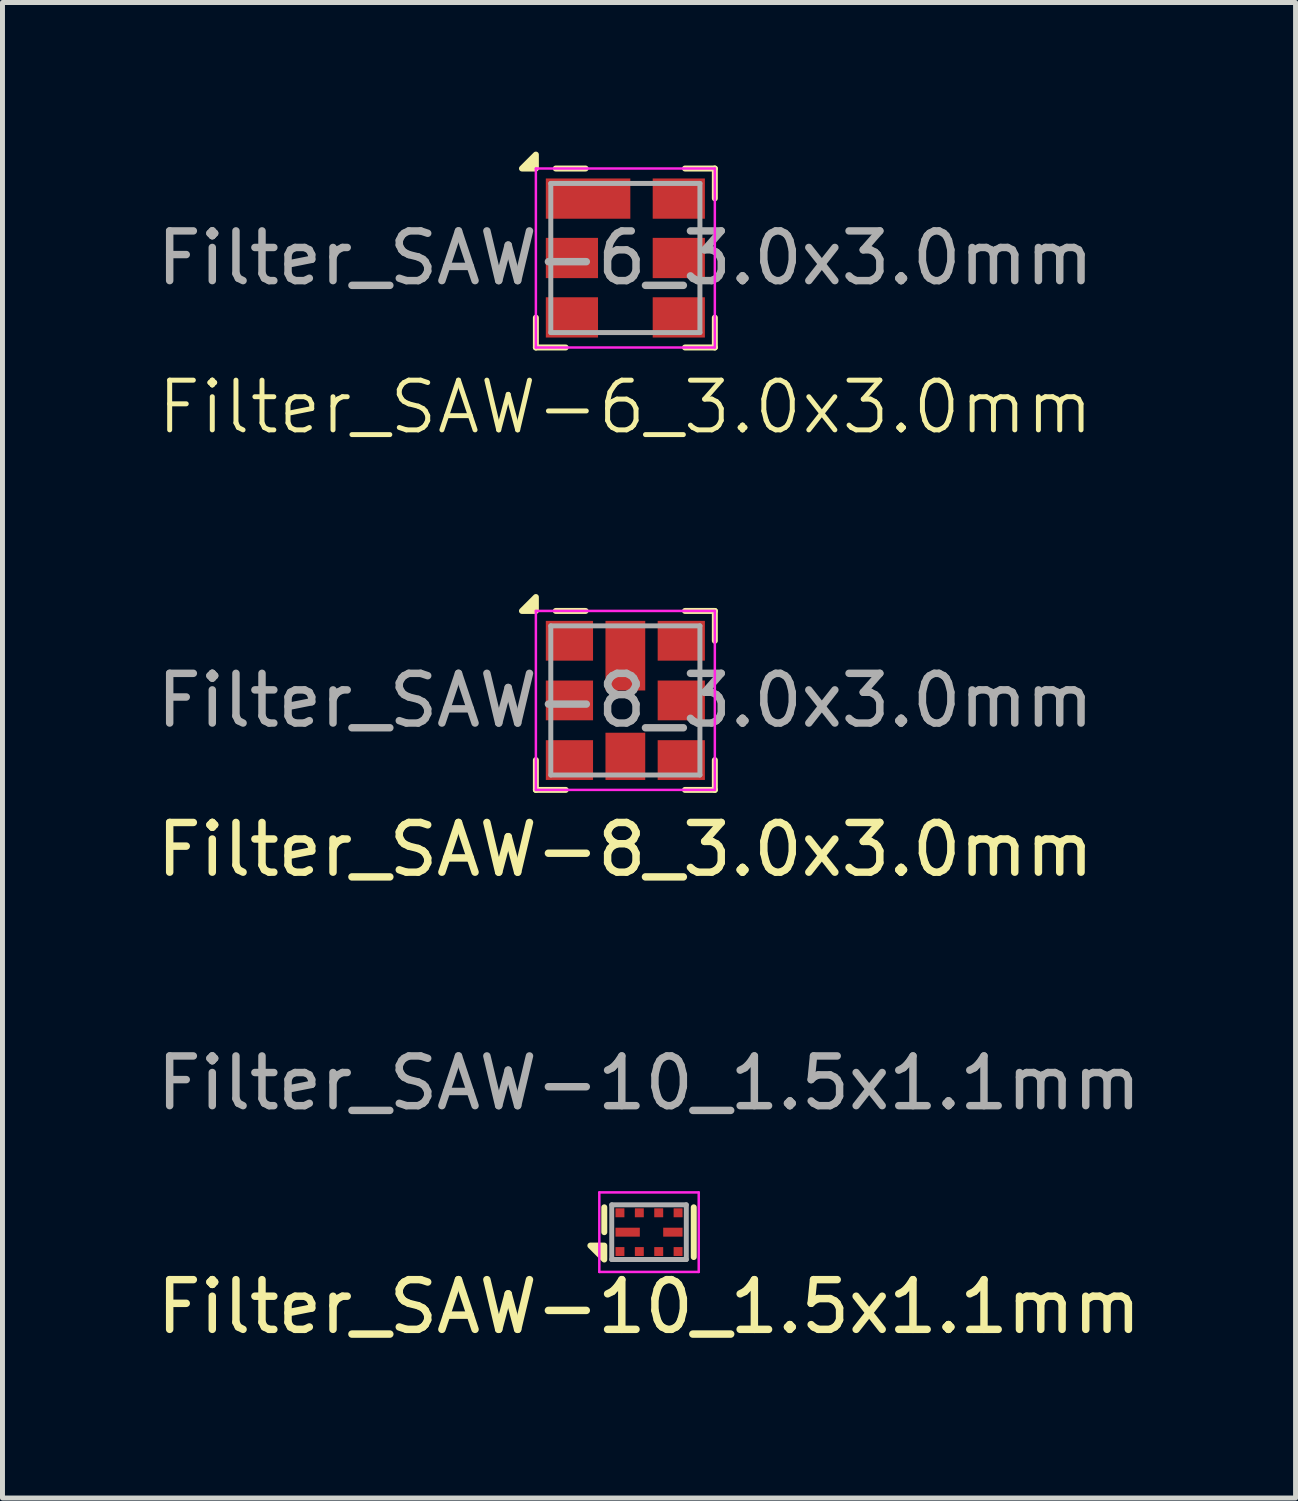
<source format=kicad_pcb>
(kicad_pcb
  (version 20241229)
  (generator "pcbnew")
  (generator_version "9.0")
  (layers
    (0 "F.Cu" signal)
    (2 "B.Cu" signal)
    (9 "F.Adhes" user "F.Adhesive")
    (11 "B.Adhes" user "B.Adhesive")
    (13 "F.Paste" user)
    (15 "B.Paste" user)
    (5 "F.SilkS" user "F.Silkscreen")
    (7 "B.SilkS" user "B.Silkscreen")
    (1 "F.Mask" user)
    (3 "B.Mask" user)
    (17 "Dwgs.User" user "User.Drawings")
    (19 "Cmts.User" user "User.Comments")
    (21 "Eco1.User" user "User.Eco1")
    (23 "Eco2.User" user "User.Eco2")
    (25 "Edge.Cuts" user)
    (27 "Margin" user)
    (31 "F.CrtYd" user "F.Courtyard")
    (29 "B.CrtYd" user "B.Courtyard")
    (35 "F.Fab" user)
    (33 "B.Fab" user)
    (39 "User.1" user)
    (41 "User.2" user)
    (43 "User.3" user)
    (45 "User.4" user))
  (footprint "Filter_SAW-10_1.5x1.1mm"
    (layer "F.Cu")
    (at 10.006 21.737)
    (property "Reference" "Filter_SAW-10_1.5x1.1mm" (at 0 1.5 0) (unlocked yes) (layer "F.SilkS") (effects (font (size 1 1) (thickness 0.15))))
    (attr smd)
    (fp_line (start -0.9 -0.5) (end -0.9 0) (stroke (width 0.12) (type solid)) (layer "F.SilkS"))
    (fp_line (start 0.9 -0.5) (end 0.9 0.5) (stroke (width 0.12) (type solid)) (layer "F.SilkS"))
    (fp_poly (pts (xy -0.9 0.27) (xy -0.9 0.55) (xy -1.18 0.27) (xy -0.9 0.27)) (stroke (width 0.12) (type solid)) (fill yes) (layer "F.SilkS"))
    (fp_line (start -1 -0.8) (end 1 -0.8) (stroke (width 0.05) (type solid)) (layer "F.CrtYd"))
    (fp_line (start -1 0.8) (end -1 -0.8) (stroke (width 0.05) (type solid)) (layer "F.CrtYd"))
    (fp_line (start -1 0.8) (end 1 0.8) (stroke (width 0.05) (type solid)) (layer "F.CrtYd"))
    (fp_line (start 1 0.8) (end 1 -0.8) (stroke (width 0.05) (type solid)) (layer "F.CrtYd"))
    (fp_line (start -0.75 -0.55) (end 0.75 -0.55) (stroke (width 0.1) (type solid)) (layer "F.Fab"))
    (fp_line (start -0.75 0.55) (end -0.75 -0.55) (stroke (width 0.1) (type solid)) (layer "F.Fab"))
    (fp_line (start -0.75 0.55) (end 0.75 0.55) (stroke (width 0.1) (type solid)) (layer "F.Fab"))
    (fp_line (start 0.75 0.55) (end 0.75 -0.55) (stroke (width 0.1) (type solid)) (layer "F.Fab"))
    (fp_text user "${REFERENCE}" (at 0 -3 0) (unlocked yes) (layer "F.Fab") (effects (font (size 1 1) (thickness 0.15))))
    (pad "1" smd rect (at -0.585 0.39) (size 0.18 0.18) (layers "F.Cu" "F.Mask" "F.Paste"))
    (pad "2" smd rect (at -0.195 0.39) (size 0.18 0.18) (layers "F.Cu" "F.Mask" "F.Paste"))
    (pad "3" smd rect (at 0.195 0.39) (size 0.18 0.18) (layers "F.Cu" "F.Mask" "F.Paste"))
    (pad "4" smd rect (at 0.585 0.39) (size 0.18 0.18) (layers "F.Cu" "F.Mask" "F.Paste"))
    (pad "5" smd rect (at 0.48 0) (size 0.39 0.18) (layers "F.Cu" "F.Mask" "F.Paste"))
    (pad "6" smd rect (at 0.585 -0.39) (size 0.18 0.18) (layers "F.Cu" "F.Mask" "F.Paste"))
    (pad "7" smd rect (at 0.195 -0.39) (size 0.18 0.18) (layers "F.Cu" "F.Mask" "F.Paste"))
    (pad "8" smd rect (at -0.195 -0.39) (size 0.18 0.18) (layers "F.Cu" "F.Mask" "F.Paste"))
    (pad "9" smd rect (at -0.585 -0.39) (size 0.18 0.18) (layers "F.Cu" "F.Mask" "F.Paste"))
    (pad "10" smd rect (at -0.43 0) (size 0.49 0.18) (layers "F.Cu" "F.Mask" "F.Paste")))
  (footprint "Filter_SAW-8_3.0x3.0mm"
    (layer "F.Cu")
    (at 9.53 11.04)
    (property "Reference" "Filter_SAW-8_3.0x3.0mm" (at 0 3 0) (unlocked yes) (layer "F.SilkS") (effects (font (size 1 1) (thickness 0.15))))
    (attr smd)
    (fp_line (start -1.8 1.8) (end -1.8 1.2) (stroke (width 0.12) (type solid)) (layer "F.SilkS"))
    (fp_line (start -1.8 1.8) (end -1.2 1.8) (stroke (width 0.12) (type solid)) (layer "F.SilkS"))
    (fp_line (start -0.8 -1.8) (end -1.4 -1.8) (stroke (width 0.12) (type solid)) (layer "F.SilkS"))
    (fp_line (start 1.8 -1.8) (end 1.2 -1.8) (stroke (width 0.12) (type solid)) (layer "F.SilkS"))
    (fp_line (start 1.8 -1.8) (end 1.8 -1.2) (stroke (width 0.12) (type solid)) (layer "F.SilkS"))
    (fp_line (start 1.8 1.8) (end 1.2 1.8) (stroke (width 0.12) (type solid)) (layer "F.SilkS"))
    (fp_line (start 1.8 1.8) (end 1.8 1.2) (stroke (width 0.12) (type solid)) (layer "F.SilkS"))
    (fp_poly (pts (xy -1.8 -1.8) (xy -2.08 -1.8) (xy -1.8 -2.08) (xy -1.8 -1.8)) (stroke (width 0.12) (type solid)) (fill yes) (layer "F.SilkS"))
    (fp_line (start -1.8 -1.8) (end 1.8 -1.8) (stroke (width 0.05) (type solid)) (layer "F.CrtYd"))
    (fp_line (start -1.8 1.8) (end -1.8 -1.8) (stroke (width 0.05) (type solid)) (layer "F.CrtYd"))
    (fp_line (start -1.8 1.8) (end 1.8 1.8) (stroke (width 0.05) (type solid)) (layer "F.CrtYd"))
    (fp_line (start 1.8 1.8) (end 1.8 -1.8) (stroke (width 0.05) (type solid)) (layer "F.CrtYd"))
    (fp_line (start -1.5 -1.5) (end 1.5 -1.5) (stroke (width 0.1) (type solid)) (layer "F.Fab"))
    (fp_line (start -1.5 1.5) (end -1.5 -1.5) (stroke (width 0.1) (type solid)) (layer "F.Fab"))
    (fp_line (start -1.5 1.5) (end 1.5 1.5) (stroke (width 0.1) (type solid)) (layer "F.Fab"))
    (fp_line (start 1.5 1.5) (end 1.5 -1.5) (stroke (width 0.1) (type solid)) (layer "F.Fab"))
    (fp_text user "${REFERENCE}" (at 0 0 0) (unlocked yes) (layer "F.Fab") (effects (font (size 1 1) (thickness 0.15))))
    (pad "1" smd rect (at -1.125 -1.2) (size 0.95 0.8) (layers "F.Cu" "F.Mask" "F.Paste"))
    (pad "2" smd rect (at -1.125 0) (size 0.95 0.8) (layers "F.Cu" "F.Mask" "F.Paste"))
    (pad "3" smd rect (at -1.125 1.2) (size 0.95 0.8) (layers "F.Cu" "F.Mask" "F.Paste"))
    (pad "4" smd rect (at 0 1.125 90) (size 0.95 0.8) (layers "F.Cu" "F.Mask" "F.Paste"))
    (pad "5" smd rect (at 1.125 1.2) (size 0.95 0.8) (layers "F.Cu" "F.Mask" "F.Paste"))
    (pad "6" smd rect (at 1.125 0) (size 0.95 0.8) (layers "F.Cu" "F.Mask" "F.Paste"))
    (pad "7" smd rect (at 1.125 -1.2) (size 0.95 0.8) (layers "F.Cu" "F.Mask" "F.Paste"))
    (pad "8" smd rect (at 0 -0.9 90) (size 1.4 0.8) (layers "F.Cu" "F.Mask" "F.Paste")))
  (footprint "Filter_SAW-6_3.0x3.0mm"
    (layer "F.Cu")
    (at 9.53 2.14)
    (property "Reference" "Filter_SAW-6_3.0x3.0mm" (at 0 3 0) (unlocked yes) (layer "F.SilkS") (effects (font (size 1 1) (thickness 0.1))))
    (attr smd)
    (fp_line (start -1.8 1.8) (end -1.8 1.2) (stroke (width 0.12) (type solid)) (layer "F.SilkS"))
    (fp_line (start -1.8 1.8) (end -1.2 1.8) (stroke (width 0.12) (type solid)) (layer "F.SilkS"))
    (fp_line (start -0.8 -1.8) (end -1.4 -1.8) (stroke (width 0.12) (type solid)) (layer "F.SilkS"))
    (fp_line (start 1.8 -1.8) (end 1.2 -1.8) (stroke (width 0.12) (type solid)) (layer "F.SilkS"))
    (fp_line (start 1.8 -1.8) (end 1.8 -1.2) (stroke (width 0.12) (type solid)) (layer "F.SilkS"))
    (fp_line (start 1.8 1.8) (end 1.2 1.8) (stroke (width 0.12) (type solid)) (layer "F.SilkS"))
    (fp_line (start 1.8 1.8) (end 1.8 1.2) (stroke (width 0.12) (type solid)) (layer "F.SilkS"))
    (fp_poly (pts (xy -1.8 -1.8) (xy -2.08 -1.8) (xy -1.8 -2.08) (xy -1.8 -1.8)) (stroke (width 0.12) (type solid)) (fill yes) (layer "F.SilkS"))
    (fp_line (start -1.8 -1.8) (end 1.8 -1.8) (stroke (width 0.05) (type solid)) (layer "F.CrtYd"))
    (fp_line (start -1.8 1.8) (end -1.8 -1.8) (stroke (width 0.05) (type solid)) (layer "F.CrtYd"))
    (fp_line (start -1.8 1.8) (end 1.8 1.8) (stroke (width 0.05) (type solid)) (layer "F.CrtYd"))
    (fp_line (start 1.8 1.8) (end 1.8 -1.8) (stroke (width 0.05) (type solid)) (layer "F.CrtYd"))
    (fp_line (start -1.5 -1.5) (end 1.5 -1.5) (stroke (width 0.1) (type solid)) (layer "F.Fab"))
    (fp_line (start -1.5 1.5) (end -1.5 -1.5) (stroke (width 0.1) (type solid)) (layer "F.Fab"))
    (fp_line (start -1.5 1.5) (end 1.5 1.5) (stroke (width 0.1) (type solid)) (layer "F.Fab"))
    (fp_line (start 1.5 1.5) (end 1.5 -1.5) (stroke (width 0.1) (type solid)) (layer "F.Fab"))
    (fp_text user "${REFERENCE}" (at 0 0 0) (unlocked yes) (layer "F.Fab") (effects (font (size 1 1) (thickness 0.15))))
    (pad "1" smd rect (at -0.75 -1.195) (size 1.7 0.81) (layers "F.Cu" "F.Mask" "F.Paste"))
    (pad "2" smd rect (at -1.075 0) (size 1.05 0.81) (layers "F.Cu" "F.Mask" "F.Paste"))
    (pad "3" smd rect (at -1.075 1.195) (size 1.05 0.81) (layers "F.Cu" "F.Mask" "F.Paste"))
    (pad "4" smd rect (at 1.075 1.195) (size 1.05 0.81) (layers "F.Cu" "F.Mask" "F.Paste"))
    (pad "5" smd rect (at 1.075 0) (size 1.05 0.81) (layers "F.Cu" "F.Mask" "F.Paste"))
    (pad "6" smd rect (at 1.075 -1.195) (size 1.05 0.81) (layers "F.Cu" "F.Mask" "F.Paste")))
  (gr_rect
    (start -3 -3)
    (end 23.012 27.085)
    (stroke (width 0.1) (type default))
    (fill no)
    (layer "Edge.Cuts")))
</source>
